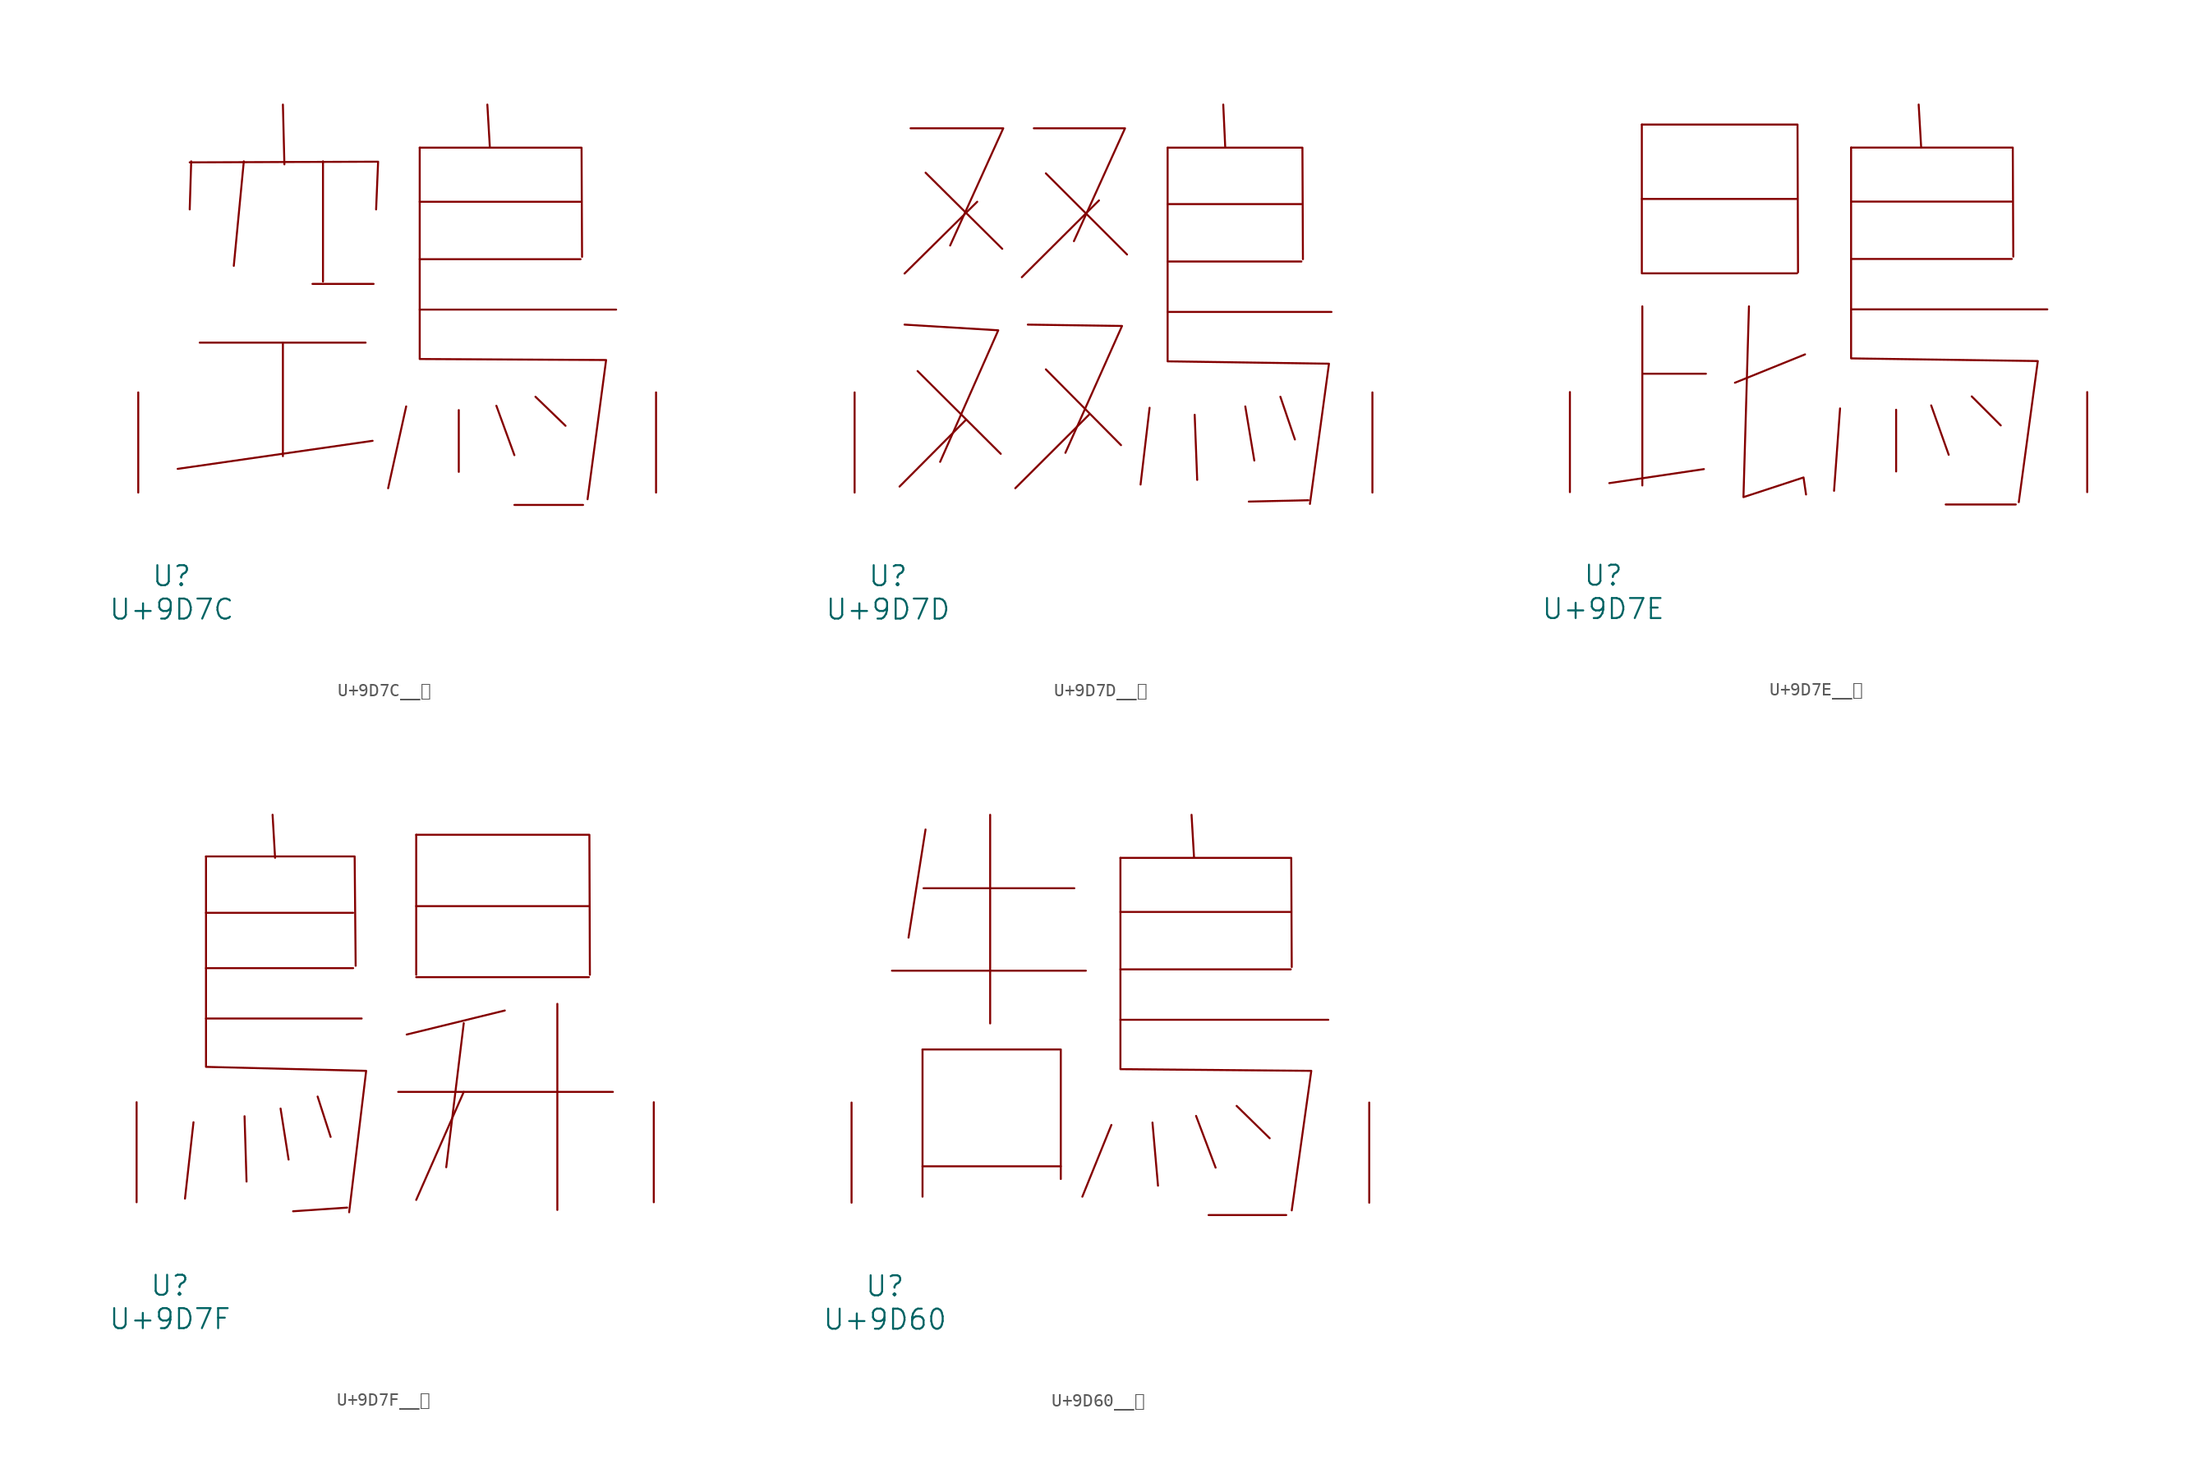
<source format=kicad_sym>
(kicad_symbol_lib
  (version 20231120)
  (generator "kicad_symbol_editor")
  (generator_version "8.0")
  (symbol "U+9D7C__鵼"
    (pin_names
      (offset 1.016))
    (property "Reference" "U"
      (at 0 -6.35 0)
      (effects (font (size 1.524 1.524))))
    (property "Value" "U+9D7C"
      (at 0 -8.89 0)
      (effects (font (size 1.524 1.524))))
    (symbol "U+9D7C__鵼_0_1"
      (polyline (pts (xy 1.486 25.197) (xy 1.372 21.539)) (stroke (width 0) (type solid)) (fill (type none)))
      (polyline (pts (xy 2.134 11.405) (xy 14.745 11.405)) (stroke (width 0) (type solid)) (fill (type none)))
      (polyline (pts (xy 5.486 25.197) (xy 4.724 17.247)) (stroke (width 0) (type solid)) (fill (type none)))
      (polyline (pts (xy 8.458 11.405) (xy 8.458 2.769)) (stroke (width 0) (type solid)) (fill (type none)))
      (polyline (pts (xy 8.458 29.515) (xy 8.572 24.968)) (stroke (width 0) (type solid)) (fill (type none)))
      (polyline (pts (xy 10.706 15.875) (xy 15.354 15.875)) (stroke (width 0) (type solid)) (fill (type none)))
      (polyline (pts (xy 11.506 25.197) (xy 11.506 16.053)) (stroke (width 0) (type solid)) (fill (type none)))
      (polyline (pts (xy 15.278 3.937) (xy 0.457 1.803)) (stroke (width 0) (type solid)) (fill (type none)))
      (polyline (pts (xy 17.831 6.553) (xy 16.459 0.33)) (stroke (width 0) (type solid)) (fill (type none)))
      (polyline (pts (xy 18.86 13.919) (xy 33.795 13.919)) (stroke (width 0) (type solid)) (fill (type none)))
      (polyline (pts (xy 18.86 17.755) (xy 31.09 17.755)) (stroke (width 0) (type solid)) (fill (type none)))
      (polyline (pts (xy 18.86 22.123) (xy 31.09 22.123)) (stroke (width 0) (type solid)) (fill (type none)))
      (polyline (pts (xy 21.831 6.274) (xy 21.831 1.575)) (stroke (width 0) (type solid)) (fill (type none)))
      (polyline (pts (xy 24.003 29.515) (xy 24.194 26.238)) (stroke (width 0) (type solid)) (fill (type none)))
      (polyline (pts (xy 24.689 6.604) (xy 26.06 2.845)) (stroke (width 0) (type solid)) (fill (type none)))
      (polyline (pts (xy 26.06 -0.94) (xy 31.28 -0.94)) (stroke (width 0) (type solid)) (fill (type none)))
      (polyline (pts (xy 27.661 7.29) (xy 29.947 5.08)) (stroke (width 0) (type solid)) (fill (type none)))
      (polyline (pts (xy 1.372 25.121) (xy 15.697 25.171) (xy 15.545 21.539)) (stroke (width 0) (type solid)) (fill (type none)))
      (polyline (pts (xy 18.86 26.238) (xy 31.166 26.238) (xy 31.204 17.932)) (stroke (width 0) (type solid)) (fill (type none)))
      (polyline (pts (xy 18.86 26.238) (xy 18.86 10.16) (xy 33.033 10.084) (xy 31.623 -0.508)) (stroke (width 0) (type solid)) (fill (type none)))
      (pin input line (at -2.54 0 90) (length 7.62) (name "~" (effects (font (size 1.27 1.27)))) (number "~" (effects (font (size 1.27 1.27)))))
      (pin input line (at 36.83 0 90) (length 7.62) (name "~" (effects (font (size 1.27 1.27)))) (number "~" (effects (font (size 1.27 1.27)))))))
  (symbol "U+9D7D__鵽"
    (pin_names
      (offset 1.016))
    (property "Reference" "U"
      (at 0 -6.35 0)
      (effects (font (size 1.524 1.524))))
    (property "Value" "U+9D7D"
      (at 0 -8.89 0)
      (effects (font (size 1.524 1.524))))
    (symbol "U+9D7D__鵽_0_1"
      (polyline (pts (xy 2.248 9.246) (xy 8.572 2.946)) (stroke (width 0) (type solid)) (fill (type none)))
      (polyline (pts (xy 2.857 24.333) (xy 8.687 18.542)) (stroke (width 0) (type solid)) (fill (type none)))
      (polyline (pts (xy 5.905 5.512) (xy 0.876 0.457)) (stroke (width 0) (type solid)) (fill (type none)))
      (polyline (pts (xy 6.782 22.123) (xy 1.257 16.662)) (stroke (width 0) (type solid)) (fill (type none)))
      (polyline (pts (xy 12.002 9.373) (xy 17.716 3.607)) (stroke (width 0) (type solid)) (fill (type none)))
      (polyline (pts (xy 12.002 24.282) (xy 18.174 18.11)) (stroke (width 0) (type solid)) (fill (type none)))
      (polyline (pts (xy 15.278 5.918) (xy 9.677 0.33)) (stroke (width 0) (type solid)) (fill (type none)))
      (polyline (pts (xy 16.04 22.225) (xy 10.173 16.383)) (stroke (width 0) (type solid)) (fill (type none)))
      (polyline (pts (xy 19.888 6.452) (xy 19.202 0.61)) (stroke (width 0) (type solid)) (fill (type none)))
      (polyline (pts (xy 21.26 13.741) (xy 33.718 13.741)) (stroke (width 0) (type solid)) (fill (type none)))
      (polyline (pts (xy 21.26 17.577) (xy 31.433 17.577)) (stroke (width 0) (type solid)) (fill (type none)))
      (polyline (pts (xy 21.26 21.946) (xy 31.433 21.946)) (stroke (width 0) (type solid)) (fill (type none)))
      (polyline (pts (xy 23.317 5.918) (xy 23.508 0.965)) (stroke (width 0) (type solid)) (fill (type none)))
      (polyline (pts (xy 25.489 29.515) (xy 25.641 26.238)) (stroke (width 0) (type solid)) (fill (type none)))
      (polyline (pts (xy 27.165 6.553) (xy 27.851 2.438)) (stroke (width 0) (type solid)) (fill (type none)))
      (polyline (pts (xy 29.832 7.29) (xy 30.937 4.039)) (stroke (width 0) (type solid)) (fill (type none)))
      (polyline (pts (xy 31.966 -0.584) (xy 27.432 -0.686)) (stroke (width 0) (type solid)) (fill (type none)))
      (polyline (pts (xy 1.257 12.776) (xy 8.382 12.344) (xy 3.962 2.337)) (stroke (width 0) (type solid)) (fill (type none)))
      (polyline (pts (xy 1.714 27.711) (xy 8.763 27.711) (xy 4.724 18.796)) (stroke (width 0) (type solid)) (fill (type none)))
      (polyline (pts (xy 10.63 12.776) (xy 17.793 12.675) (xy 13.487 3.023)) (stroke (width 0) (type solid)) (fill (type none)))
      (polyline (pts (xy 11.087 27.711) (xy 18.021 27.711) (xy 14.135 19.126)) (stroke (width 0) (type solid)) (fill (type none)))
      (polyline (pts (xy 21.26 26.238) (xy 31.509 26.238) (xy 31.547 17.755)) (stroke (width 0) (type solid)) (fill (type none)))
      (polyline (pts (xy 21.26 26.238) (xy 21.26 9.982) (xy 33.528 9.804) (xy 32.08 -0.864)) (stroke (width 0) (type solid)) (fill (type none)))
      (pin input line (at -2.54 0 90) (length 7.62) (name "~" (effects (font (size 1.27 1.27)))) (number "~" (effects (font (size 1.27 1.27)))))
      (pin input line (at 36.83 0 90) (length 7.62) (name "~" (effects (font (size 1.27 1.27)))) (number "~" (effects (font (size 1.27 1.27)))))))
  (symbol "U+9D7E__鵾"
    (pin_names
      (offset 1.016))
    (property "Reference" "U"
      (at 0 -6.35 0)
      (effects (font (size 1.524 1.524))))
    (property "Value" "U+9D7E"
      (at 0 -8.89 0)
      (effects (font (size 1.524 1.524))))
    (symbol "U+9D7E__鵾_0_1"
      (polyline (pts (xy 2.934 16.662) (xy 14.745 16.662)) (stroke (width 0) (type solid)) (fill (type none)))
      (polyline (pts (xy 2.934 22.327) (xy 14.745 22.327)) (stroke (width 0) (type solid)) (fill (type none)))
      (polyline (pts (xy 2.934 27.991) (xy 2.934 16.739)) (stroke (width 0) (type solid)) (fill (type none)))
      (polyline (pts (xy 2.972 9.017) (xy 7.811 9.017)) (stroke (width 0) (type solid)) (fill (type none)))
      (polyline (pts (xy 2.972 14.148) (xy 2.972 0.508)) (stroke (width 0) (type solid)) (fill (type none)))
      (polyline (pts (xy 7.658 1.753) (xy 0.457 0.686)) (stroke (width 0) (type solid)) (fill (type none)))
      (polyline (pts (xy 15.354 10.49) (xy 10.02 8.331)) (stroke (width 0) (type solid)) (fill (type none)))
      (polyline (pts (xy 18.021 6.375) (xy 17.564 0.102)) (stroke (width 0) (type solid)) (fill (type none)))
      (polyline (pts (xy 18.86 13.919) (xy 33.795 13.919)) (stroke (width 0) (type solid)) (fill (type none)))
      (polyline (pts (xy 18.86 17.755) (xy 31.09 17.755)) (stroke (width 0) (type solid)) (fill (type none)))
      (polyline (pts (xy 18.86 22.123) (xy 31.09 22.123)) (stroke (width 0) (type solid)) (fill (type none)))
      (polyline (pts (xy 22.288 6.274) (xy 22.288 1.575)) (stroke (width 0) (type solid)) (fill (type none)))
      (polyline (pts (xy 24.003 29.515) (xy 24.194 26.238)) (stroke (width 0) (type solid)) (fill (type none)))
      (polyline (pts (xy 24.956 6.604) (xy 26.289 2.845)) (stroke (width 0) (type solid)) (fill (type none)))
      (polyline (pts (xy 26.06 -0.94) (xy 31.394 -0.94)) (stroke (width 0) (type solid)) (fill (type none)))
      (polyline (pts (xy 28.042 7.29) (xy 30.251 5.08)) (stroke (width 0) (type solid)) (fill (type none)))
      (polyline (pts (xy 2.934 27.991) (xy 14.783 27.991) (xy 14.821 16.739)) (stroke (width 0) (type solid)) (fill (type none)))
      (polyline (pts (xy 18.86 26.238) (xy 31.166 26.238) (xy 31.204 17.932)) (stroke (width 0) (type solid)) (fill (type none)))
      (polyline (pts (xy 11.087 14.148) (xy 10.668 -0.381) (xy 15.24 1.118) (xy 15.431 -0.178)) (stroke (width 0) (type solid)) (fill (type none)))
      (polyline (pts (xy 18.86 26.238) (xy 18.86 10.185) (xy 33.071 9.982) (xy 31.623 -0.762)) (stroke (width 0) (type solid)) (fill (type none)))
      (pin input line (at -2.54 0 90) (length 7.62) (name "~" (effects (font (size 1.27 1.27)))) (number "~" (effects (font (size 1.27 1.27)))))
      (pin input line (at 36.83 0 90) (length 7.62) (name "~" (effects (font (size 1.27 1.27)))) (number "~" (effects (font (size 1.27 1.27)))))))
  (symbol "U+9D7F__鵿"
    (pin_names
      (offset 1.016))
    (property "Reference" "U"
      (at 0 -6.35 0)
      (effects (font (size 1.524 1.524))))
    (property "Value" "U+9D7F"
      (at 0 -8.89 0)
      (effects (font (size 1.524 1.524))))
    (symbol "U+9D7F__鵿_0_1"
      (polyline (pts (xy 1.791 6.096) (xy 1.143 0.279)) (stroke (width 0) (type solid)) (fill (type none)))
      (polyline (pts (xy 2.743 13.995) (xy 14.592 13.995)) (stroke (width 0) (type solid)) (fill (type none)))
      (polyline (pts (xy 2.743 17.831) (xy 13.945 17.831)) (stroke (width 0) (type solid)) (fill (type none)))
      (polyline (pts (xy 2.743 22.047) (xy 13.945 22.047)) (stroke (width 0) (type solid)) (fill (type none)))
      (polyline (pts (xy 5.677 6.553) (xy 5.829 1.575)) (stroke (width 0) (type solid)) (fill (type none)))
      (polyline (pts (xy 7.811 29.515) (xy 8.001 26.238)) (stroke (width 0) (type solid)) (fill (type none)))
      (polyline (pts (xy 8.42 7.137) (xy 9.03 3.251)) (stroke (width 0) (type solid)) (fill (type none)))
      (polyline (pts (xy 11.239 8.052) (xy 12.23 4.978)) (stroke (width 0) (type solid)) (fill (type none)))
      (polyline (pts (xy 13.487 -0.406) (xy 9.373 -0.686)) (stroke (width 0) (type solid)) (fill (type none)))
      (polyline (pts (xy 17.374 8.407) (xy 33.718 8.407)) (stroke (width 0) (type solid)) (fill (type none)))
      (polyline (pts (xy 18.745 17.145) (xy 31.89 17.145)) (stroke (width 0) (type solid)) (fill (type none)))
      (polyline (pts (xy 18.745 22.555) (xy 31.89 22.555)) (stroke (width 0) (type solid)) (fill (type none)))
      (polyline (pts (xy 18.745 27.991) (xy 18.745 17.323)) (stroke (width 0) (type solid)) (fill (type none)))
      (polyline (pts (xy 22.365 8.407) (xy 18.745 0.178)) (stroke (width 0) (type solid)) (fill (type none)))
      (polyline (pts (xy 22.365 13.64) (xy 21.031 2.667)) (stroke (width 0) (type solid)) (fill (type none)))
      (polyline (pts (xy 25.489 14.605) (xy 18.021 12.776)) (stroke (width 0) (type solid)) (fill (type none)))
      (polyline (pts (xy 29.489 15.113) (xy 29.489 -0.584)) (stroke (width 0) (type solid)) (fill (type none)))
      (polyline (pts (xy 2.743 26.34) (xy 14.059 26.34) (xy 14.135 18.009)) (stroke (width 0) (type solid)) (fill (type none)))
      (polyline (pts (xy 18.745 27.991) (xy 31.928 27.991) (xy 31.966 17.323)) (stroke (width 0) (type solid)) (fill (type none)))
      (polyline (pts (xy 2.743 26.34) (xy 2.743 10.312) (xy 14.935 10.008) (xy 13.64 -0.762)) (stroke (width 0) (type solid)) (fill (type none)))
      (pin input line (at -2.54 0 90) (length 7.62) (name "~" (effects (font (size 1.27 1.27)))) (number "~" (effects (font (size 1.27 1.27)))))
      (pin input line (at 36.83 0 90) (length 7.62) (name "~" (effects (font (size 1.27 1.27)))) (number "~" (effects (font (size 1.27 1.27)))))))
  (symbol "U+9D60__鵠"
    (pin_names
      (offset 1.016))
    (property "Reference" "U"
      (at 0 -6.35 0)
      (effects (font (size 1.524 1.524))))
    (property "Value" "U+9D60"
      (at 0 -8.89 0)
      (effects (font (size 1.524 1.524))))
    (symbol "U+9D60__鵠_0_1"
      (polyline (pts (xy 0.533 17.653) (xy 15.278 17.653)) (stroke (width 0) (type solid)) (fill (type none)))
      (polyline (pts (xy 2.857 2.769) (xy 13.373 2.769)) (stroke (width 0) (type solid)) (fill (type none)))
      (polyline (pts (xy 2.857 11.659) (xy 2.857 0.457)) (stroke (width 0) (type solid)) (fill (type none)))
      (polyline (pts (xy 2.934 23.927) (xy 14.402 23.927)) (stroke (width 0) (type solid)) (fill (type none)))
      (polyline (pts (xy 3.086 28.397) (xy 1.791 20.168)) (stroke (width 0) (type solid)) (fill (type none)))
      (polyline (pts (xy 8.001 29.515) (xy 8.001 13.64)) (stroke (width 0) (type solid)) (fill (type none)))
      (polyline (pts (xy 17.221 5.918) (xy 15.011 0.457)) (stroke (width 0) (type solid)) (fill (type none)))
      (polyline (pts (xy 17.907 13.919) (xy 33.718 13.919)) (stroke (width 0) (type solid)) (fill (type none)))
      (polyline (pts (xy 17.907 17.755) (xy 30.861 17.755)) (stroke (width 0) (type solid)) (fill (type none)))
      (polyline (pts (xy 17.907 22.123) (xy 30.861 22.123)) (stroke (width 0) (type solid)) (fill (type none)))
      (polyline (pts (xy 20.345 6.096) (xy 20.765 1.295)) (stroke (width 0) (type solid)) (fill (type none)))
      (polyline (pts (xy 23.317 29.515) (xy 23.508 26.238)) (stroke (width 0) (type solid)) (fill (type none)))
      (polyline (pts (xy 23.66 6.604) (xy 25.146 2.667)) (stroke (width 0) (type solid)) (fill (type none)))
      (polyline (pts (xy 24.613 -0.94) (xy 30.518 -0.94)) (stroke (width 0) (type solid)) (fill (type none)))
      (polyline (pts (xy 26.746 7.366) (xy 29.261 4.902)) (stroke (width 0) (type solid)) (fill (type none)))
      (polyline (pts (xy 2.857 11.659) (xy 13.373 11.659) (xy 13.373 1.803)) (stroke (width 0) (type solid)) (fill (type none)))
      (polyline (pts (xy 17.907 26.238) (xy 30.899 26.238) (xy 30.937 17.932)) (stroke (width 0) (type solid)) (fill (type none)))
      (polyline (pts (xy 17.907 26.238) (xy 17.907 10.16) (xy 32.423 10.033) (xy 30.937 -0.584)) (stroke (width 0) (type solid)) (fill (type none)))
      (pin input line (at -2.54 0 90) (length 7.62) (name "~" (effects (font (size 1.27 1.27)))) (number "~" (effects (font (size 1.27 1.27)))))
      (pin input line (at 36.83 0 90) (length 7.62) (name "~" (effects (font (size 1.27 1.27)))) (number "~" (effects (font (size 1.27 1.27))))))))
</source>
